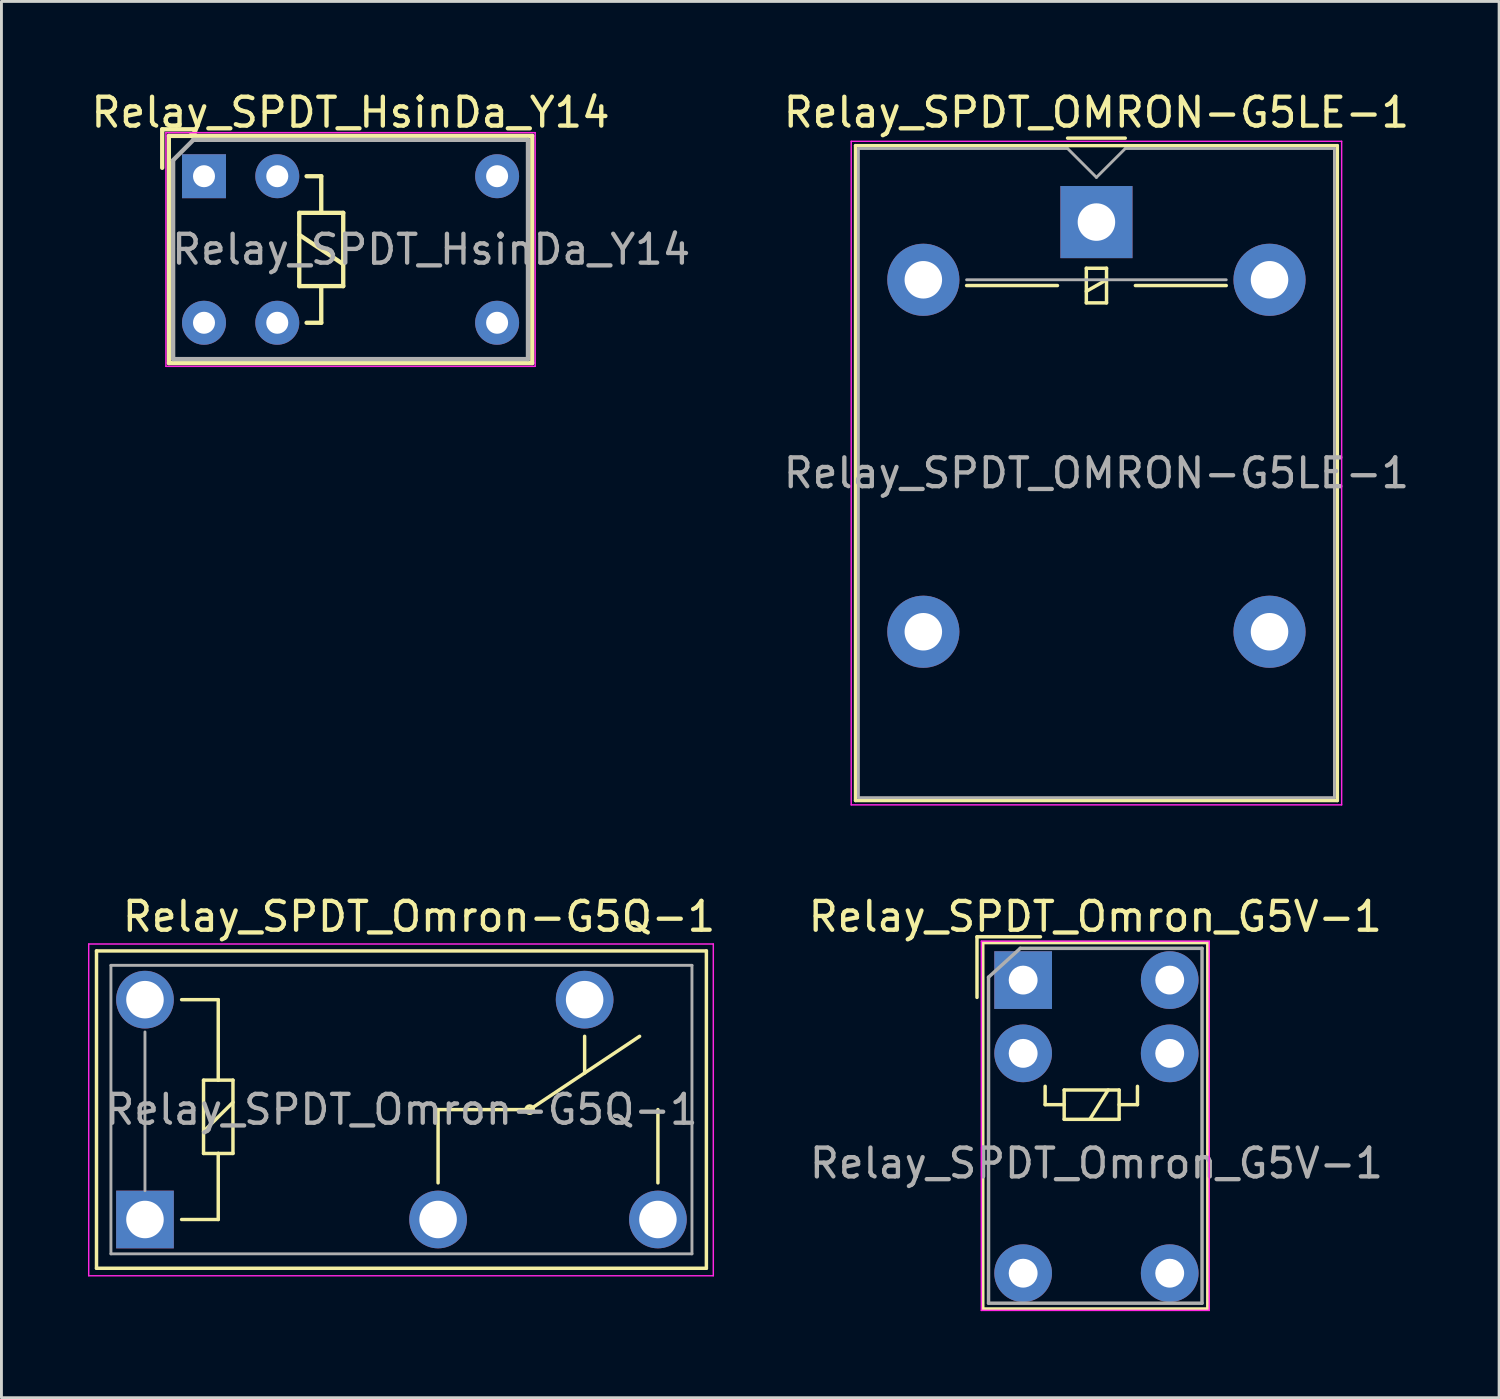
<source format=kicad_pcb>
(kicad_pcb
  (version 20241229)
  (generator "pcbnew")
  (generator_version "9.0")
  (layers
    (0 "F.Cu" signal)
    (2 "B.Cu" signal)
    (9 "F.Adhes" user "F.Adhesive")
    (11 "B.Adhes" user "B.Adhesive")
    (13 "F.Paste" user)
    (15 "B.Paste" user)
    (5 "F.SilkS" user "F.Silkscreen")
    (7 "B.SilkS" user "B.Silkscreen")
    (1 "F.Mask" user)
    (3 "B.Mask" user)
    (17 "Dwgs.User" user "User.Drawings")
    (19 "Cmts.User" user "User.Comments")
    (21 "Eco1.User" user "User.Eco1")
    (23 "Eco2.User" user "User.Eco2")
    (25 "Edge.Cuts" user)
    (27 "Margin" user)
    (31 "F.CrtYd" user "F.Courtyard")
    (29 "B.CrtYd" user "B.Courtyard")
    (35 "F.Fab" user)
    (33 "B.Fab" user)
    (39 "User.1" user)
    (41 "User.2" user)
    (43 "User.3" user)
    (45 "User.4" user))
  (footprint "Relay_SPDT_Omron-G5Q-1"
    (layer "F.Cu")
    (at 1.975 39.221)
    (property "Reference" "Relay_SPDT_Omron-G5Q-1" (at 9.5 -10.5 180) (layer "F.SilkS") (effects (font (size 1 1) (thickness 0.15))))
    (attr through_hole)
    (fp_line (start -1.68 -9.31) (end 19.46 -9.31) (stroke (width 0.12) (type solid)) (layer "F.SilkS"))
    (fp_line (start -1.68 1.69) (end -1.68 -9.31) (stroke (width 0.12) (type solid)) (layer "F.SilkS"))
    (fp_line (start -1.68 1.69) (end 19.46 1.69) (stroke (width 0.12) (type solid)) (layer "F.SilkS"))
    (fp_line (start 1.27 0) (end 2.54 0) (stroke (width 0.12) (type solid)) (layer "F.SilkS"))
    (fp_line (start 2.03 -4.83) (end 2.54 -4.83) (stroke (width 0.12) (type solid)) (layer "F.SilkS"))
    (fp_line (start 2.03 -3.05) (end 3.05 -4.06) (stroke (width 0.12) (type solid)) (layer "F.SilkS"))
    (fp_line (start 2.03 -2.29) (end 2.03 -4.83) (stroke (width 0.12) (type solid)) (layer "F.SilkS"))
    (fp_line (start 2.54 -7.62) (end 1.27 -7.62) (stroke (width 0.12) (type solid)) (layer "F.SilkS"))
    (fp_line (start 2.54 -4.83) (end 2.54 -7.62) (stroke (width 0.12) (type solid)) (layer "F.SilkS"))
    (fp_line (start 2.54 -4.83) (end 3.05 -4.83) (stroke (width 0.12) (type solid)) (layer "F.SilkS"))
    (fp_line (start 2.54 -2.29) (end 2.03 -2.29) (stroke (width 0.12) (type solid)) (layer "F.SilkS"))
    (fp_line (start 2.54 0) (end 2.54 -2.29) (stroke (width 0.12) (type solid)) (layer "F.SilkS"))
    (fp_line (start 3.05 -4.83) (end 3.05 -2.29) (stroke (width 0.12) (type solid)) (layer "F.SilkS"))
    (fp_line (start 3.05 -2.29) (end 2.54 -2.29) (stroke (width 0.12) (type solid)) (layer "F.SilkS"))
    (fp_line (start 10.16 -3.81) (end 13.335 -3.81) (stroke (width 0.12) (type solid)) (layer "F.SilkS"))
    (fp_line (start 10.16 -1.27) (end 10.16 -3.81) (stroke (width 0.12) (type solid)) (layer "F.SilkS"))
    (fp_line (start 13.335 -3.81) (end 17.145 -6.35) (stroke (width 0.12) (type solid)) (layer "F.SilkS"))
    (fp_line (start 15.24 -6.35) (end 15.24 -5.08) (stroke (width 0.12) (type solid)) (layer "F.SilkS"))
    (fp_line (start 17.78 -1.27) (end 17.78 -3.81) (stroke (width 0.12) (type solid)) (layer "F.SilkS"))
    (fp_line (start 19.46 1.69) (end 19.46 -9.31) (stroke (width 0.12) (type solid)) (layer "F.SilkS"))
    (fp_circle (center 13.335 -3.81) (end 13.462 -3.81) (stroke (width 0.12) (type solid)) (fill no) (layer "F.SilkS"))
    (fp_line (start -1.95 -9.55) (end 19.7 -9.55) (stroke (width 0.05) (type solid)) (layer "F.CrtYd"))
    (fp_line (start -1.95 1.95) (end -1.95 -9.55) (stroke (width 0.05) (type solid)) (layer "F.CrtYd"))
    (fp_line (start 19.7 -9.55) (end 19.7 1.95) (stroke (width 0.05) (type solid)) (layer "F.CrtYd"))
    (fp_line (start 19.7 1.95) (end -1.95 1.95) (stroke (width 0.05) (type solid)) (layer "F.CrtYd"))
    (fp_line (start -1.18 -8.81) (end 18.96 -8.81) (stroke (width 0.1) (type solid)) (layer "F.Fab"))
    (fp_line (start -1.18 1.19) (end -1.18 -8.81) (stroke (width 0.1) (type solid)) (layer "F.Fab"))
    (fp_line (start 0 -1) (end 0 -6.5) (stroke (width 0.1) (type solid)) (layer "F.Fab"))
    (fp_line (start 18.96 -8.81) (end 18.96 1.19) (stroke (width 0.1) (type solid)) (layer "F.Fab"))
    (fp_line (start 18.96 1.19) (end -1.18 1.19) (stroke (width 0.1) (type solid)) (layer "F.Fab"))
    (fp_text user "${REFERENCE}" (at 8.89 -3.81 0) (layer "F.Fab") (effects (font (size 1 1) (thickness 0.15))))
    (pad "1" thru_hole rect (at 0 0 180) (size 2 2) (drill 1.3) (layers "*.Cu" "*.Mask"))
    (pad "2" thru_hole circle (at 10.16 0 180) (size 2 2) (drill 1.3) (layers "*.Cu" "*.Mask"))
    (pad "3" thru_hole circle (at 17.78 0 180) (size 2 2) (drill 1.3) (layers "*.Cu" "*.Mask"))
    (pad "4" thru_hole circle (at 15.24 -7.62 180) (size 2 2) (drill 1.3) (layers "*.Cu" "*.Mask"))
    (pad "5" thru_hole circle (at 0 -7.62 180) (size 2 2) (drill 1.3) (layers "*.Cu" "*.Mask")))
  (footprint "Relay_SPDT_OMRON-G5LE-1"
    (layer "F.Cu")
    (at 34.955 4.648)
    (property "Reference" "Relay_SPDT_OMRON-G5LE-1" (at 0 -3.8 0) (layer "F.SilkS") (effects (font (size 1 1) (thickness 0.15))))
    (attr through_hole)
    (fp_line (start -8.35 -2.65) (end -8.35 20.05) (stroke (width 0.12) (type solid)) (layer "F.SilkS"))
    (fp_line (start -8.35 20.05) (end 8.35 20.05) (stroke (width 0.12) (type solid)) (layer "F.SilkS"))
    (fp_line (start -4.5 2.2) (end -1.35 2.2) (stroke (width 0.12) (type solid)) (layer "F.SilkS"))
    (fp_line (start -1 -2.91) (end 1 -2.91) (stroke (width 0.12) (type solid)) (layer "F.SilkS"))
    (fp_line (start -0.35 1.6) (end -0.35 2.8) (stroke (width 0.12) (type solid)) (layer "F.SilkS"))
    (fp_line (start -0.35 2.4) (end 0.35 2) (stroke (width 0.12) (type solid)) (layer "F.SilkS"))
    (fp_line (start -0.35 2.8) (end 0.35 2.8) (stroke (width 0.12) (type solid)) (layer "F.SilkS"))
    (fp_line (start 0.35 1.6) (end -0.35 1.6) (stroke (width 0.12) (type solid)) (layer "F.SilkS"))
    (fp_line (start 0.35 2.8) (end 0.35 1.6) (stroke (width 0.12) (type solid)) (layer "F.SilkS"))
    (fp_line (start 1.35 2.2) (end 4.5 2.2) (stroke (width 0.12) (type solid)) (layer "F.SilkS"))
    (fp_line (start 8.35 -2.65) (end -8.35 -2.65) (stroke (width 0.12) (type solid)) (layer "F.SilkS"))
    (fp_line (start 8.35 20.05) (end 8.35 -2.65) (stroke (width 0.12) (type solid)) (layer "F.SilkS"))
    (fp_line (start -8.5 -2.8) (end -8.5 20.2) (stroke (width 0.05) (type solid)) (layer "F.CrtYd"))
    (fp_line (start -8.5 20.2) (end 8.5 20.2) (stroke (width 0.05) (type solid)) (layer "F.CrtYd"))
    (fp_line (start 8.5 -2.8) (end -8.5 -2.8) (stroke (width 0.05) (type solid)) (layer "F.CrtYd"))
    (fp_line (start 8.5 20.2) (end 8.5 -2.8) (stroke (width 0.05) (type solid)) (layer "F.CrtYd"))
    (fp_line (start -8.25 -2.55) (end -1 -2.55) (stroke (width 0.1) (type solid)) (layer "F.Fab"))
    (fp_line (start -8.25 19.95) (end -8.25 -2.55) (stroke (width 0.1) (type solid)) (layer "F.Fab"))
    (fp_line (start -4.5 2) (end 4.5 2) (stroke (width 0.1) (type solid)) (layer "F.Fab"))
    (fp_line (start -1 -2.55) (end 0 -1.55) (stroke (width 0.1) (type solid)) (layer "F.Fab"))
    (fp_line (start 0 -1.55) (end 1 -2.55) (stroke (width 0.1) (type solid)) (layer "F.Fab"))
    (fp_line (start 1 -2.55) (end 8.25 -2.55) (stroke (width 0.1) (type solid)) (layer "F.Fab"))
    (fp_line (start 8.25 -2.55) (end 8.25 19.95) (stroke (width 0.1) (type solid)) (layer "F.Fab"))
    (fp_line (start 8.25 19.95) (end -8.25 19.95) (stroke (width 0.1) (type solid)) (layer "F.Fab"))
    (fp_text user "${REFERENCE}" (at 0 8.7 0) (layer "F.Fab") (effects (font (size 1 1) (thickness 0.15))))
    (pad "1" thru_hole rect (at 0 0) (size 2.5 2.5) (drill 1.3) (layers "*.Cu" "*.Mask"))
    (pad "2" thru_hole oval (at -6 2) (size 2.5 2.5) (drill 1.3) (layers "*.Cu" "*.Mask"))
    (pad "3" thru_hole oval (at -6 14.2) (size 2.5 2.5) (drill 1.3) (layers "*.Cu" "*.Mask"))
    (pad "4" thru_hole oval (at 6 14.2) (size 2.5 2.5) (drill 1.3) (layers "*.Cu" "*.Mask"))
    (pad "5" thru_hole oval (at 6 2) (size 2.5 2.5) (drill 1.3) (layers "*.Cu" "*.Mask")))
  (footprint "Relay_SPDT_HsinDa_Y14"
    (layer "F.Cu")
    (at 4.021 3.058)
    (property "Reference" "Relay_SPDT_HsinDa_Y14" (at 5.08 -2.21 0) (layer "F.SilkS") (effects (font (size 1 1) (thickness 0.15))))
    (attr through_hole)
    (fp_line (start -1.448 -1.626) (end -1.448 -0.292) (stroke (width 0.15) (type solid)) (layer "F.SilkS"))
    (fp_line (start -1.219 -1.397) (end -1.219 6.477) (stroke (width 0.15) (type solid)) (layer "F.SilkS"))
    (fp_line (start -1.219 6.477) (end 11.379 6.477) (stroke (width 0.15) (type solid)) (layer "F.SilkS"))
    (fp_line (start -0.305 -1.626) (end -1.448 -1.626) (stroke (width 0.15) (type solid)) (layer "F.SilkS"))
    (fp_line (start 3.302 1.27) (end 4.826 1.27) (stroke (width 0.15) (type solid)) (layer "F.SilkS"))
    (fp_line (start 3.302 2.032) (end 4.826 3.048) (stroke (width 0.15) (type solid)) (layer "F.SilkS"))
    (fp_line (start 3.302 3.81) (end 3.302 1.27) (stroke (width 0.15) (type solid)) (layer "F.SilkS"))
    (fp_line (start 3.556 0) (end 4.064 0) (stroke (width 0.15) (type solid)) (layer "F.SilkS"))
    (fp_line (start 4.064 0) (end 4.064 1.27) (stroke (width 0.15) (type solid)) (layer "F.SilkS"))
    (fp_line (start 4.064 3.81) (end 4.064 5.08) (stroke (width 0.15) (type solid)) (layer "F.SilkS"))
    (fp_line (start 4.064 5.08) (end 3.556 5.08) (stroke (width 0.15) (type solid)) (layer "F.SilkS"))
    (fp_line (start 4.826 1.27) (end 4.826 3.81) (stroke (width 0.15) (type solid)) (layer "F.SilkS"))
    (fp_line (start 4.826 3.81) (end 3.302 3.81) (stroke (width 0.15) (type solid)) (layer "F.SilkS"))
    (fp_line (start 11.379 -1.397) (end -1.219 -1.397) (stroke (width 0.15) (type solid)) (layer "F.SilkS"))
    (fp_line (start 11.379 6.477) (end 11.379 -1.397) (stroke (width 0.15) (type solid)) (layer "F.SilkS"))
    (fp_line (start -1.32 -1.51) (end -1.32 6.59) (stroke (width 0.05) (type solid)) (layer "F.CrtYd"))
    (fp_line (start -1.32 6.59) (end 11.48 6.59) (stroke (width 0.05) (type solid)) (layer "F.CrtYd"))
    (fp_line (start 11.48 -1.51) (end -1.32 -1.51) (stroke (width 0.05) (type solid)) (layer "F.CrtYd"))
    (fp_line (start 11.48 6.59) (end 11.48 -1.51) (stroke (width 0.05) (type solid)) (layer "F.CrtYd"))
    (fp_line (start -1.07 6.34) (end -1.07 -0.546) (stroke (width 0.15) (type solid)) (layer "F.Fab"))
    (fp_line (start -0.381 -1.26) (end 11.23 -1.26) (stroke (width 0.15) (type solid)) (layer "F.Fab"))
    (fp_line (start -0.381 -1.245) (end -1.079 -0.546) (stroke (width 0.15) (type solid)) (layer "F.Fab"))
    (fp_line (start 11.23 -1.26) (end 11.23 6.34) (stroke (width 0.15) (type solid)) (layer "F.Fab"))
    (fp_line (start 11.23 6.34) (end -1.07 6.34) (stroke (width 0.15) (type solid)) (layer "F.Fab"))
    (fp_text user "${REFERENCE}" (at 7.874 2.54 0) (layer "F.Fab") (effects (font (size 1 1) (thickness 0.15))))
    (pad "1" thru_hole rect (at 0 0) (size 1.524 1.524) (drill 0.762) (layers "*.Cu" "*.Mask"))
    (pad "2" thru_hole circle (at 0 5.08) (size 1.524 1.524) (drill 0.762) (layers "*.Cu" "*.Mask"))
    (pad "3" thru_hole circle (at 2.54 0) (size 1.524 1.524) (drill 0.762) (layers "*.Cu" "*.Mask"))
    (pad "4" thru_hole circle (at 2.54 5.08) (size 1.524 1.524) (drill 0.762) (layers "*.Cu" "*.Mask"))
    (pad "5" thru_hole circle (at 10.16 0) (size 1.524 1.524) (drill 0.762) (layers "*.Cu" "*.Mask"))
    (pad "6" thru_hole circle (at 10.16 5.08) (size 1.524 1.524) (drill 0.762) (layers "*.Cu" "*.Mask")))
  (footprint "Relay_SPDT_Omron_G5V-1"
    (layer "F.Cu")
    (at 32.415 30.922)
    (property "Reference" "Relay_SPDT_Omron_G5V-1" (at 2.5 -2.2 0) (layer "F.SilkS") (effects (font (size 1 1) (thickness 0.15))))
    (attr through_hole)
    (fp_line (start -1.6 -1.5) (end 0.6 -1.5) (stroke (width 0.12) (type solid)) (layer "F.SilkS"))
    (fp_line (start -1.6 0.6) (end -1.6 -1.5) (stroke (width 0.12) (type solid)) (layer "F.SilkS"))
    (fp_line (start -1.4 -1.3) (end 6.4 -1.3) (stroke (width 0.12) (type solid)) (layer "F.SilkS"))
    (fp_line (start -1.4 11.4) (end -1.4 -1.3) (stroke (width 0.12) (type solid)) (layer "F.SilkS"))
    (fp_line (start 0.762 3.683) (end 0.762 4.318) (stroke (width 0.12) (type solid)) (layer "F.SilkS"))
    (fp_line (start 0.762 4.318) (end 1.422 4.318) (stroke (width 0.12) (type solid)) (layer "F.SilkS"))
    (fp_line (start 1.422 3.81) (end 1.422 4.826) (stroke (width 0.12) (type solid)) (layer "F.SilkS"))
    (fp_line (start 1.422 4.826) (end 3.327 4.826) (stroke (width 0.12) (type solid)) (layer "F.SilkS"))
    (fp_line (start 2.946 3.81) (end 2.311 4.826) (stroke (width 0.12) (type solid)) (layer "F.SilkS"))
    (fp_line (start 3.327 3.81) (end 1.422 3.81) (stroke (width 0.12) (type solid)) (layer "F.SilkS"))
    (fp_line (start 3.327 3.81) (end 3.327 4.826) (stroke (width 0.12) (type solid)) (layer "F.SilkS"))
    (fp_line (start 3.962 3.683) (end 3.962 4.318) (stroke (width 0.12) (type solid)) (layer "F.SilkS"))
    (fp_line (start 3.962 4.318) (end 3.327 4.318) (stroke (width 0.12) (type solid)) (layer "F.SilkS"))
    (fp_line (start 6.4 -1.3) (end 6.4 11.4) (stroke (width 0.12) (type solid)) (layer "F.SilkS"))
    (fp_line (start 6.4 11.4) (end -1.4 11.4) (stroke (width 0.12) (type solid)) (layer "F.SilkS"))
    (fp_line (start -1.45 -1.35) (end -1.45 11.45) (stroke (width 0.05) (type solid)) (layer "F.CrtYd"))
    (fp_line (start -1.45 -1.35) (end 6.45 -1.35) (stroke (width 0.05) (type solid)) (layer "F.CrtYd"))
    (fp_line (start 6.45 11.45) (end -1.45 11.45) (stroke (width 0.05) (type solid)) (layer "F.CrtYd"))
    (fp_line (start 6.45 11.45) (end 6.45 -1.35) (stroke (width 0.05) (type solid)) (layer "F.CrtYd"))
    (fp_line (start -1.2 -0.1) (end -0.1 -1.1) (stroke (width 0.12) (type solid)) (layer "F.Fab"))
    (fp_line (start -1.2 11.2) (end -1.2 -0.1) (stroke (width 0.12) (type solid)) (layer "F.Fab"))
    (fp_line (start -0.1 -1.1) (end 6.2 -1.1) (stroke (width 0.12) (type solid)) (layer "F.Fab"))
    (fp_line (start 6.2 -1.1) (end 6.2 11.2) (stroke (width 0.12) (type solid)) (layer "F.Fab"))
    (fp_line (start 6.2 11.2) (end -1.2 11.2) (stroke (width 0.12) (type solid)) (layer "F.Fab"))
    (fp_text user "${REFERENCE}" (at 2.54 6.35 0) (layer "F.Fab") (effects (font (size 1 1) (thickness 0.15))))
    (pad "1" thru_hole rect (at 0 0) (size 2 2) (drill 1) (layers "*.Cu" "*.Mask"))
    (pad "2" thru_hole circle (at 0 2.54) (size 2 2) (drill 1) (layers "*.Cu" "*.Mask"))
    (pad "5" thru_hole circle (at 0 10.16) (size 2 2) (drill 1) (layers "*.Cu" "*.Mask"))
    (pad "6" thru_hole circle (at 5.08 10.16) (size 2 2) (drill 1) (layers "*.Cu" "*.Mask"))
    (pad "9" thru_hole circle (at 5.08 2.54) (size 2 2) (drill 1) (layers "*.Cu" "*.Mask"))
    (pad "10" thru_hole circle (at 5.08 0) (size 2 2) (drill 1) (layers "*.Cu" "*.Mask")))
  (gr_rect
    (start -3 -3)
    (end 48.913 45.397)
    (stroke (width 0.1) (type default))
    (fill no)
    (layer "Edge.Cuts")))
</source>
